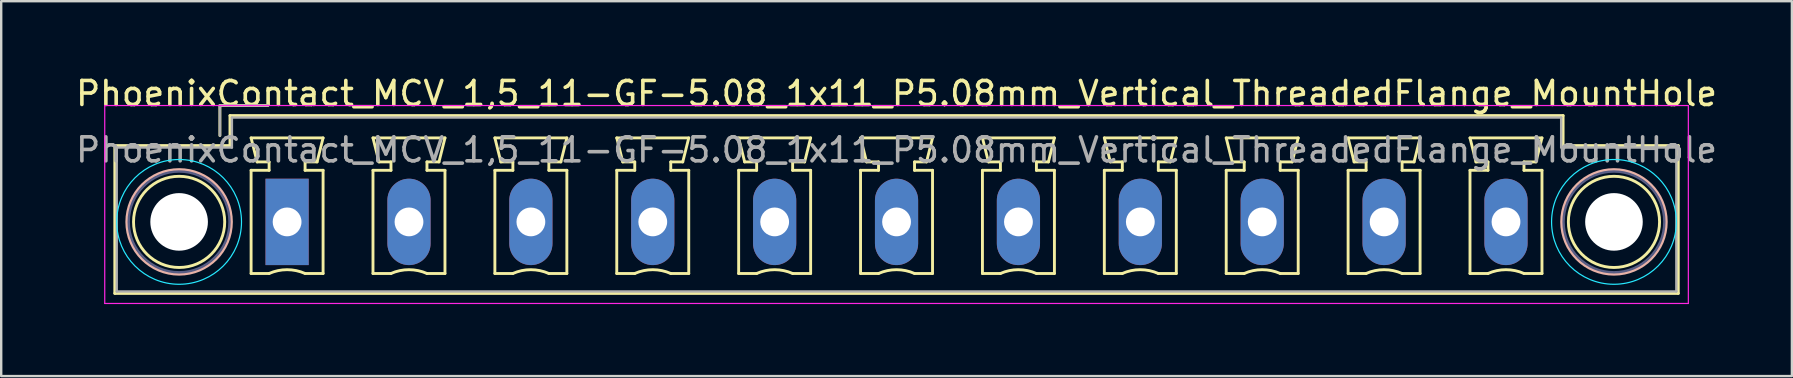
<source format=kicad_pcb>
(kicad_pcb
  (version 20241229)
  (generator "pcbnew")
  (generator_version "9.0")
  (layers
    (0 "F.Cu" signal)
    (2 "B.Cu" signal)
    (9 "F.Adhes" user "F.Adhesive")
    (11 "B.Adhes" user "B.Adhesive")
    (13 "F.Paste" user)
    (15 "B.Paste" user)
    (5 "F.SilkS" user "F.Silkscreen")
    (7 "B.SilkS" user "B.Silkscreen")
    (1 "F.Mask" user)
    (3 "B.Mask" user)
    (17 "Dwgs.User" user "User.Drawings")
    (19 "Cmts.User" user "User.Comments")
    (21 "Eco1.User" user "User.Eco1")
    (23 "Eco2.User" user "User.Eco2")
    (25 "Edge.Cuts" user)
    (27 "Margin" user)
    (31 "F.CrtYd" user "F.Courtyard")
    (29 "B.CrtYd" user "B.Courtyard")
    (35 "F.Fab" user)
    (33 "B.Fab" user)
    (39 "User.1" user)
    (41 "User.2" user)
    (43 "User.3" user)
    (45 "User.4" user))
  (footprint "PhoenixContact_MCV_1,5_11-GF-5.08_1x11_P5.08mm_Vertical_ThreadedFlange_MountHole"
    (layer "F.Cu")
    (at 8.915 6.198)
    (property "Reference" "PhoenixContact_MCV_1,5_11-GF-5.08_1x11_P5.08mm_Vertical_ThreadedFlange_MountHole" (at 25.4 -5.35 0) (layer "F.SilkS") (effects (font (size 1 1) (thickness 0.15))))
    (attr through_hole)
    (fp_line (start -7.18 -3.18) (end -7.18 2.98) (stroke (width 0.12) (type solid)) (layer "F.SilkS"))
    (fp_line (start -7.18 2.98) (end 57.98 2.98) (stroke (width 0.12) (type solid)) (layer "F.SilkS"))
    (fp_line (start -2.8 -4.85) (end -0.8 -4.85) (stroke (width 0.12) (type solid)) (layer "F.SilkS"))
    (fp_line (start -2.8 -3.6) (end -2.8 -4.85) (stroke (width 0.12) (type solid)) (layer "F.SilkS"))
    (fp_line (start -2.38 -4.43) (end -2.38 -3.18) (stroke (width 0.12) (type solid)) (layer "F.SilkS"))
    (fp_line (start -2.38 -3.18) (end -7.18 -3.18) (stroke (width 0.12) (type solid)) (layer "F.SilkS"))
    (fp_line (start -1.5 -3.5) (end 1.5 -3.5) (stroke (width 0.12) (type solid)) (layer "F.SilkS"))
    (fp_line (start -1.5 -2.15) (end -0.75 -2.15) (stroke (width 0.12) (type solid)) (layer "F.SilkS"))
    (fp_line (start -1.5 2.15) (end -1.5 -2.15) (stroke (width 0.12) (type solid)) (layer "F.SilkS"))
    (fp_line (start -1.25 -2.5) (end -1.5 -3.5) (stroke (width 0.12) (type solid)) (layer "F.SilkS"))
    (fp_line (start -0.75 -2.5) (end -1.25 -2.5) (stroke (width 0.12) (type solid)) (layer "F.SilkS"))
    (fp_line (start -0.75 -2.15) (end -0.75 -2.5) (stroke (width 0.12) (type solid)) (layer "F.SilkS"))
    (fp_line (start -0.75 2.15) (end -1.5 2.15) (stroke (width 0.12) (type solid)) (layer "F.SilkS"))
    (fp_line (start 0.75 -2.5) (end 0.75 -2.15) (stroke (width 0.12) (type solid)) (layer "F.SilkS"))
    (fp_line (start 0.75 -2.15) (end 1.5 -2.15) (stroke (width 0.12) (type solid)) (layer "F.SilkS"))
    (fp_line (start 1.25 -2.5) (end 0.75 -2.5) (stroke (width 0.12) (type solid)) (layer "F.SilkS"))
    (fp_line (start 1.5 -3.5) (end 1.25 -2.5) (stroke (width 0.12) (type solid)) (layer "F.SilkS"))
    (fp_line (start 1.5 -2.15) (end 1.5 2.15) (stroke (width 0.12) (type solid)) (layer "F.SilkS"))
    (fp_line (start 1.5 2.15) (end 0.75 2.15) (stroke (width 0.12) (type solid)) (layer "F.SilkS"))
    (fp_line (start 3.58 -3.5) (end 6.58 -3.5) (stroke (width 0.12) (type solid)) (layer "F.SilkS"))
    (fp_line (start 3.58 -2.15) (end 4.33 -2.15) (stroke (width 0.12) (type solid)) (layer "F.SilkS"))
    (fp_line (start 3.58 2.15) (end 3.58 -2.15) (stroke (width 0.12) (type solid)) (layer "F.SilkS"))
    (fp_line (start 3.83 -2.5) (end 3.58 -3.5) (stroke (width 0.12) (type solid)) (layer "F.SilkS"))
    (fp_line (start 4.33 -2.5) (end 3.83 -2.5) (stroke (width 0.12) (type solid)) (layer "F.SilkS"))
    (fp_line (start 4.33 -2.15) (end 4.33 -2.5) (stroke (width 0.12) (type solid)) (layer "F.SilkS"))
    (fp_line (start 4.33 2.15) (end 3.58 2.15) (stroke (width 0.12) (type solid)) (layer "F.SilkS"))
    (fp_line (start 5.83 -2.5) (end 5.83 -2.15) (stroke (width 0.12) (type solid)) (layer "F.SilkS"))
    (fp_line (start 5.83 -2.15) (end 6.58 -2.15) (stroke (width 0.12) (type solid)) (layer "F.SilkS"))
    (fp_line (start 6.33 -2.5) (end 5.83 -2.5) (stroke (width 0.12) (type solid)) (layer "F.SilkS"))
    (fp_line (start 6.58 -3.5) (end 6.33 -2.5) (stroke (width 0.12) (type solid)) (layer "F.SilkS"))
    (fp_line (start 6.58 -2.15) (end 6.58 2.15) (stroke (width 0.12) (type solid)) (layer "F.SilkS"))
    (fp_line (start 6.58 2.15) (end 5.83 2.15) (stroke (width 0.12) (type solid)) (layer "F.SilkS"))
    (fp_line (start 8.66 -3.5) (end 11.66 -3.5) (stroke (width 0.12) (type solid)) (layer "F.SilkS"))
    (fp_line (start 8.66 -2.15) (end 9.41 -2.15) (stroke (width 0.12) (type solid)) (layer "F.SilkS"))
    (fp_line (start 8.66 2.15) (end 8.66 -2.15) (stroke (width 0.12) (type solid)) (layer "F.SilkS"))
    (fp_line (start 8.91 -2.5) (end 8.66 -3.5) (stroke (width 0.12) (type solid)) (layer "F.SilkS"))
    (fp_line (start 9.41 -2.5) (end 8.91 -2.5) (stroke (width 0.12) (type solid)) (layer "F.SilkS"))
    (fp_line (start 9.41 -2.15) (end 9.41 -2.5) (stroke (width 0.12) (type solid)) (layer "F.SilkS"))
    (fp_line (start 9.41 2.15) (end 8.66 2.15) (stroke (width 0.12) (type solid)) (layer "F.SilkS"))
    (fp_line (start 10.91 -2.5) (end 10.91 -2.15) (stroke (width 0.12) (type solid)) (layer "F.SilkS"))
    (fp_line (start 10.91 -2.15) (end 11.66 -2.15) (stroke (width 0.12) (type solid)) (layer "F.SilkS"))
    (fp_line (start 11.41 -2.5) (end 10.91 -2.5) (stroke (width 0.12) (type solid)) (layer "F.SilkS"))
    (fp_line (start 11.66 -3.5) (end 11.41 -2.5) (stroke (width 0.12) (type solid)) (layer "F.SilkS"))
    (fp_line (start 11.66 -2.15) (end 11.66 2.15) (stroke (width 0.12) (type solid)) (layer "F.SilkS"))
    (fp_line (start 11.66 2.15) (end 10.91 2.15) (stroke (width 0.12) (type solid)) (layer "F.SilkS"))
    (fp_line (start 13.74 -3.5) (end 16.74 -3.5) (stroke (width 0.12) (type solid)) (layer "F.SilkS"))
    (fp_line (start 13.74 -2.15) (end 14.49 -2.15) (stroke (width 0.12) (type solid)) (layer "F.SilkS"))
    (fp_line (start 13.74 2.15) (end 13.74 -2.15) (stroke (width 0.12) (type solid)) (layer "F.SilkS"))
    (fp_line (start 13.99 -2.5) (end 13.74 -3.5) (stroke (width 0.12) (type solid)) (layer "F.SilkS"))
    (fp_line (start 14.49 -2.5) (end 13.99 -2.5) (stroke (width 0.12) (type solid)) (layer "F.SilkS"))
    (fp_line (start 14.49 -2.15) (end 14.49 -2.5) (stroke (width 0.12) (type solid)) (layer "F.SilkS"))
    (fp_line (start 14.49 2.15) (end 13.74 2.15) (stroke (width 0.12) (type solid)) (layer "F.SilkS"))
    (fp_line (start 15.99 -2.5) (end 15.99 -2.15) (stroke (width 0.12) (type solid)) (layer "F.SilkS"))
    (fp_line (start 15.99 -2.15) (end 16.74 -2.15) (stroke (width 0.12) (type solid)) (layer "F.SilkS"))
    (fp_line (start 16.49 -2.5) (end 15.99 -2.5) (stroke (width 0.12) (type solid)) (layer "F.SilkS"))
    (fp_line (start 16.74 -3.5) (end 16.49 -2.5) (stroke (width 0.12) (type solid)) (layer "F.SilkS"))
    (fp_line (start 16.74 -2.15) (end 16.74 2.15) (stroke (width 0.12) (type solid)) (layer "F.SilkS"))
    (fp_line (start 16.74 2.15) (end 15.99 2.15) (stroke (width 0.12) (type solid)) (layer "F.SilkS"))
    (fp_line (start 18.82 -3.5) (end 21.82 -3.5) (stroke (width 0.12) (type solid)) (layer "F.SilkS"))
    (fp_line (start 18.82 -2.15) (end 19.57 -2.15) (stroke (width 0.12) (type solid)) (layer "F.SilkS"))
    (fp_line (start 18.82 2.15) (end 18.82 -2.15) (stroke (width 0.12) (type solid)) (layer "F.SilkS"))
    (fp_line (start 19.07 -2.5) (end 18.82 -3.5) (stroke (width 0.12) (type solid)) (layer "F.SilkS"))
    (fp_line (start 19.57 -2.5) (end 19.07 -2.5) (stroke (width 0.12) (type solid)) (layer "F.SilkS"))
    (fp_line (start 19.57 -2.15) (end 19.57 -2.5) (stroke (width 0.12) (type solid)) (layer "F.SilkS"))
    (fp_line (start 19.57 2.15) (end 18.82 2.15) (stroke (width 0.12) (type solid)) (layer "F.SilkS"))
    (fp_line (start 21.07 -2.5) (end 21.07 -2.15) (stroke (width 0.12) (type solid)) (layer "F.SilkS"))
    (fp_line (start 21.07 -2.15) (end 21.82 -2.15) (stroke (width 0.12) (type solid)) (layer "F.SilkS"))
    (fp_line (start 21.57 -2.5) (end 21.07 -2.5) (stroke (width 0.12) (type solid)) (layer "F.SilkS"))
    (fp_line (start 21.82 -3.5) (end 21.57 -2.5) (stroke (width 0.12) (type solid)) (layer "F.SilkS"))
    (fp_line (start 21.82 -2.15) (end 21.82 2.15) (stroke (width 0.12) (type solid)) (layer "F.SilkS"))
    (fp_line (start 21.82 2.15) (end 21.07 2.15) (stroke (width 0.12) (type solid)) (layer "F.SilkS"))
    (fp_line (start 23.9 -3.5) (end 26.9 -3.5) (stroke (width 0.12) (type solid)) (layer "F.SilkS"))
    (fp_line (start 23.9 -2.15) (end 24.65 -2.15) (stroke (width 0.12) (type solid)) (layer "F.SilkS"))
    (fp_line (start 23.9 2.15) (end 23.9 -2.15) (stroke (width 0.12) (type solid)) (layer "F.SilkS"))
    (fp_line (start 24.15 -2.5) (end 23.9 -3.5) (stroke (width 0.12) (type solid)) (layer "F.SilkS"))
    (fp_line (start 24.65 -2.5) (end 24.15 -2.5) (stroke (width 0.12) (type solid)) (layer "F.SilkS"))
    (fp_line (start 24.65 -2.15) (end 24.65 -2.5) (stroke (width 0.12) (type solid)) (layer "F.SilkS"))
    (fp_line (start 24.65 2.15) (end 23.9 2.15) (stroke (width 0.12) (type solid)) (layer "F.SilkS"))
    (fp_line (start 26.15 -2.5) (end 26.15 -2.15) (stroke (width 0.12) (type solid)) (layer "F.SilkS"))
    (fp_line (start 26.15 -2.15) (end 26.9 -2.15) (stroke (width 0.12) (type solid)) (layer "F.SilkS"))
    (fp_line (start 26.65 -2.5) (end 26.15 -2.5) (stroke (width 0.12) (type solid)) (layer "F.SilkS"))
    (fp_line (start 26.9 -3.5) (end 26.65 -2.5) (stroke (width 0.12) (type solid)) (layer "F.SilkS"))
    (fp_line (start 26.9 -2.15) (end 26.9 2.15) (stroke (width 0.12) (type solid)) (layer "F.SilkS"))
    (fp_line (start 26.9 2.15) (end 26.15 2.15) (stroke (width 0.12) (type solid)) (layer "F.SilkS"))
    (fp_line (start 28.98 -3.5) (end 31.98 -3.5) (stroke (width 0.12) (type solid)) (layer "F.SilkS"))
    (fp_line (start 28.98 -2.15) (end 29.73 -2.15) (stroke (width 0.12) (type solid)) (layer "F.SilkS"))
    (fp_line (start 28.98 2.15) (end 28.98 -2.15) (stroke (width 0.12) (type solid)) (layer "F.SilkS"))
    (fp_line (start 29.23 -2.5) (end 28.98 -3.5) (stroke (width 0.12) (type solid)) (layer "F.SilkS"))
    (fp_line (start 29.73 -2.5) (end 29.23 -2.5) (stroke (width 0.12) (type solid)) (layer "F.SilkS"))
    (fp_line (start 29.73 -2.15) (end 29.73 -2.5) (stroke (width 0.12) (type solid)) (layer "F.SilkS"))
    (fp_line (start 29.73 2.15) (end 28.98 2.15) (stroke (width 0.12) (type solid)) (layer "F.SilkS"))
    (fp_line (start 31.23 -2.5) (end 31.23 -2.15) (stroke (width 0.12) (type solid)) (layer "F.SilkS"))
    (fp_line (start 31.23 -2.15) (end 31.98 -2.15) (stroke (width 0.12) (type solid)) (layer "F.SilkS"))
    (fp_line (start 31.73 -2.5) (end 31.23 -2.5) (stroke (width 0.12) (type solid)) (layer "F.SilkS"))
    (fp_line (start 31.98 -3.5) (end 31.73 -2.5) (stroke (width 0.12) (type solid)) (layer "F.SilkS"))
    (fp_line (start 31.98 -2.15) (end 31.98 2.15) (stroke (width 0.12) (type solid)) (layer "F.SilkS"))
    (fp_line (start 31.98 2.15) (end 31.23 2.15) (stroke (width 0.12) (type solid)) (layer "F.SilkS"))
    (fp_line (start 34.06 -3.5) (end 37.06 -3.5) (stroke (width 0.12) (type solid)) (layer "F.SilkS"))
    (fp_line (start 34.06 -2.15) (end 34.81 -2.15) (stroke (width 0.12) (type solid)) (layer "F.SilkS"))
    (fp_line (start 34.06 2.15) (end 34.06 -2.15) (stroke (width 0.12) (type solid)) (layer "F.SilkS"))
    (fp_line (start 34.31 -2.5) (end 34.06 -3.5) (stroke (width 0.12) (type solid)) (layer "F.SilkS"))
    (fp_line (start 34.81 -2.5) (end 34.31 -2.5) (stroke (width 0.12) (type solid)) (layer "F.SilkS"))
    (fp_line (start 34.81 -2.15) (end 34.81 -2.5) (stroke (width 0.12) (type solid)) (layer "F.SilkS"))
    (fp_line (start 34.81 2.15) (end 34.06 2.15) (stroke (width 0.12) (type solid)) (layer "F.SilkS"))
    (fp_line (start 36.31 -2.5) (end 36.31 -2.15) (stroke (width 0.12) (type solid)) (layer "F.SilkS"))
    (fp_line (start 36.31 -2.15) (end 37.06 -2.15) (stroke (width 0.12) (type solid)) (layer "F.SilkS"))
    (fp_line (start 36.81 -2.5) (end 36.31 -2.5) (stroke (width 0.12) (type solid)) (layer "F.SilkS"))
    (fp_line (start 37.06 -3.5) (end 36.81 -2.5) (stroke (width 0.12) (type solid)) (layer "F.SilkS"))
    (fp_line (start 37.06 -2.15) (end 37.06 2.15) (stroke (width 0.12) (type solid)) (layer "F.SilkS"))
    (fp_line (start 37.06 2.15) (end 36.31 2.15) (stroke (width 0.12) (type solid)) (layer "F.SilkS"))
    (fp_line (start 39.14 -3.5) (end 42.14 -3.5) (stroke (width 0.12) (type solid)) (layer "F.SilkS"))
    (fp_line (start 39.14 -2.15) (end 39.89 -2.15) (stroke (width 0.12) (type solid)) (layer "F.SilkS"))
    (fp_line (start 39.14 2.15) (end 39.14 -2.15) (stroke (width 0.12) (type solid)) (layer "F.SilkS"))
    (fp_line (start 39.39 -2.5) (end 39.14 -3.5) (stroke (width 0.12) (type solid)) (layer "F.SilkS"))
    (fp_line (start 39.89 -2.5) (end 39.39 -2.5) (stroke (width 0.12) (type solid)) (layer "F.SilkS"))
    (fp_line (start 39.89 -2.15) (end 39.89 -2.5) (stroke (width 0.12) (type solid)) (layer "F.SilkS"))
    (fp_line (start 39.89 2.15) (end 39.14 2.15) (stroke (width 0.12) (type solid)) (layer "F.SilkS"))
    (fp_line (start 41.39 -2.5) (end 41.39 -2.15) (stroke (width 0.12) (type solid)) (layer "F.SilkS"))
    (fp_line (start 41.39 -2.15) (end 42.14 -2.15) (stroke (width 0.12) (type solid)) (layer "F.SilkS"))
    (fp_line (start 41.89 -2.5) (end 41.39 -2.5) (stroke (width 0.12) (type solid)) (layer "F.SilkS"))
    (fp_line (start 42.14 -3.5) (end 41.89 -2.5) (stroke (width 0.12) (type solid)) (layer "F.SilkS"))
    (fp_line (start 42.14 -2.15) (end 42.14 2.15) (stroke (width 0.12) (type solid)) (layer "F.SilkS"))
    (fp_line (start 42.14 2.15) (end 41.39 2.15) (stroke (width 0.12) (type solid)) (layer "F.SilkS"))
    (fp_line (start 44.22 -3.5) (end 47.22 -3.5) (stroke (width 0.12) (type solid)) (layer "F.SilkS"))
    (fp_line (start 44.22 -2.15) (end 44.97 -2.15) (stroke (width 0.12) (type solid)) (layer "F.SilkS"))
    (fp_line (start 44.22 2.15) (end 44.22 -2.15) (stroke (width 0.12) (type solid)) (layer "F.SilkS"))
    (fp_line (start 44.47 -2.5) (end 44.22 -3.5) (stroke (width 0.12) (type solid)) (layer "F.SilkS"))
    (fp_line (start 44.97 -2.5) (end 44.47 -2.5) (stroke (width 0.12) (type solid)) (layer "F.SilkS"))
    (fp_line (start 44.97 -2.15) (end 44.97 -2.5) (stroke (width 0.12) (type solid)) (layer "F.SilkS"))
    (fp_line (start 44.97 2.15) (end 44.22 2.15) (stroke (width 0.12) (type solid)) (layer "F.SilkS"))
    (fp_line (start 46.47 -2.5) (end 46.47 -2.15) (stroke (width 0.12) (type solid)) (layer "F.SilkS"))
    (fp_line (start 46.47 -2.15) (end 47.22 -2.15) (stroke (width 0.12) (type solid)) (layer "F.SilkS"))
    (fp_line (start 46.97 -2.5) (end 46.47 -2.5) (stroke (width 0.12) (type solid)) (layer "F.SilkS"))
    (fp_line (start 47.22 -3.5) (end 46.97 -2.5) (stroke (width 0.12) (type solid)) (layer "F.SilkS"))
    (fp_line (start 47.22 -2.15) (end 47.22 2.15) (stroke (width 0.12) (type solid)) (layer "F.SilkS"))
    (fp_line (start 47.22 2.15) (end 46.47 2.15) (stroke (width 0.12) (type solid)) (layer "F.SilkS"))
    (fp_line (start 49.3 -3.5) (end 52.3 -3.5) (stroke (width 0.12) (type solid)) (layer "F.SilkS"))
    (fp_line (start 49.3 -2.15) (end 50.05 -2.15) (stroke (width 0.12) (type solid)) (layer "F.SilkS"))
    (fp_line (start 49.3 2.15) (end 49.3 -2.15) (stroke (width 0.12) (type solid)) (layer "F.SilkS"))
    (fp_line (start 49.55 -2.5) (end 49.3 -3.5) (stroke (width 0.12) (type solid)) (layer "F.SilkS"))
    (fp_line (start 50.05 -2.5) (end 49.55 -2.5) (stroke (width 0.12) (type solid)) (layer "F.SilkS"))
    (fp_line (start 50.05 -2.15) (end 50.05 -2.5) (stroke (width 0.12) (type solid)) (layer "F.SilkS"))
    (fp_line (start 50.05 2.15) (end 49.3 2.15) (stroke (width 0.12) (type solid)) (layer "F.SilkS"))
    (fp_line (start 51.55 -2.5) (end 51.55 -2.15) (stroke (width 0.12) (type solid)) (layer "F.SilkS"))
    (fp_line (start 51.55 -2.15) (end 52.3 -2.15) (stroke (width 0.12) (type solid)) (layer "F.SilkS"))
    (fp_line (start 52.05 -2.5) (end 51.55 -2.5) (stroke (width 0.12) (type solid)) (layer "F.SilkS"))
    (fp_line (start 52.3 -3.5) (end 52.05 -2.5) (stroke (width 0.12) (type solid)) (layer "F.SilkS"))
    (fp_line (start 52.3 -2.15) (end 52.3 2.15) (stroke (width 0.12) (type solid)) (layer "F.SilkS"))
    (fp_line (start 52.3 2.15) (end 51.55 2.15) (stroke (width 0.12) (type solid)) (layer "F.SilkS"))
    (fp_line (start 53.18 -4.43) (end -2.38 -4.43) (stroke (width 0.12) (type solid)) (layer "F.SilkS"))
    (fp_line (start 53.18 -3.18) (end 53.18 -4.43) (stroke (width 0.12) (type solid)) (layer "F.SilkS"))
    (fp_line (start 57.98 -3.18) (end 53.18 -3.18) (stroke (width 0.12) (type solid)) (layer "F.SilkS"))
    (fp_line (start 57.98 2.98) (end 57.98 -3.18) (stroke (width 0.12) (type solid)) (layer "F.SilkS"))
    (fp_arc (start -0.75 2.15) (mid -0.000193 1.99191) (end 0.749647 2.149844) (stroke (width 0.12) (type solid)) (layer "F.SilkS"))
    (fp_arc (start 4.33 2.15) (mid 5.079807 1.99191) (end 5.829647 2.149844) (stroke (width 0.12) (type solid)) (layer "F.SilkS"))
    (fp_arc (start 9.41 2.15) (mid 10.159807 1.99191) (end 10.909647 2.149844) (stroke (width 0.12) (type solid)) (layer "F.SilkS"))
    (fp_arc (start 14.49 2.15) (mid 15.239807 1.99191) (end 15.989647 2.149844) (stroke (width 0.12) (type solid)) (layer "F.SilkS"))
    (fp_arc (start 19.57 2.15) (mid 20.319807 1.99191) (end 21.069647 2.149844) (stroke (width 0.12) (type solid)) (layer "F.SilkS"))
    (fp_arc (start 24.65 2.15) (mid 25.399807 1.99191) (end 26.149647 2.149844) (stroke (width 0.12) (type solid)) (layer "F.SilkS"))
    (fp_arc (start 29.73 2.15) (mid 30.479807 1.99191) (end 31.229647 2.149844) (stroke (width 0.12) (type solid)) (layer "F.SilkS"))
    (fp_arc (start 34.81 2.15) (mid 35.559807 1.99191) (end 36.309647 2.149844) (stroke (width 0.12) (type solid)) (layer "F.SilkS"))
    (fp_arc (start 39.89 2.15) (mid 40.639807 1.99191) (end 41.389647 2.149844) (stroke (width 0.12) (type solid)) (layer "F.SilkS"))
    (fp_arc (start 44.97 2.15) (mid 45.719807 1.99191) (end 46.469647 2.149844) (stroke (width 0.12) (type solid)) (layer "F.SilkS"))
    (fp_arc (start 50.05 2.15) (mid 50.799807 1.99191) (end 51.549647 2.149844) (stroke (width 0.12) (type solid)) (layer "F.SilkS"))
    (fp_circle (center -4.5 0) (end -2.6 0) (stroke (width 0.12) (type solid)) (fill no) (layer "F.SilkS"))
    (fp_circle (center 55.3 0) (end 57.2 0) (stroke (width 0.12) (type solid)) (fill no) (layer "F.SilkS"))
    (fp_circle (center -4.5 0) (end -2.32 0) (stroke (width 0.12) (type solid)) (fill no) (layer "B.SilkS"))
    (fp_circle (center 55.3 0) (end 57.48 0) (stroke (width 0.12) (type solid)) (fill no) (layer "B.SilkS"))
    (fp_circle (center -4.5 0) (end -1.9 0) (stroke (width 0.05) (type solid)) (fill no) (layer "B.CrtYd"))
    (fp_circle (center 55.3 0) (end 57.9 0) (stroke (width 0.05) (type solid)) (fill no) (layer "B.CrtYd"))
    (fp_line (start -7.6 -4.85) (end -7.6 3.4) (stroke (width 0.05) (type solid)) (layer "F.CrtYd"))
    (fp_line (start -7.6 3.4) (end 58.4 3.4) (stroke (width 0.05) (type solid)) (layer "F.CrtYd"))
    (fp_line (start 58.4 -4.85) (end -7.6 -4.85) (stroke (width 0.05) (type solid)) (layer "F.CrtYd"))
    (fp_line (start 58.4 3.4) (end 58.4 -4.85) (stroke (width 0.05) (type solid)) (layer "F.CrtYd"))
    (fp_circle (center -4.5 0) (end -2.4 0) (stroke (width 0.1) (type solid)) (fill no) (layer "B.Fab"))
    (fp_circle (center 55.3 0) (end 57.4 0) (stroke (width 0.1) (type solid)) (fill no) (layer "B.Fab"))
    (fp_line (start -7.1 -3.1) (end -7.1 2.9) (stroke (width 0.1) (type solid)) (layer "F.Fab"))
    (fp_line (start -7.1 2.9) (end 57.9 2.9) (stroke (width 0.1) (type solid)) (layer "F.Fab"))
    (fp_line (start -2.8 -4.85) (end -0.8 -4.85) (stroke (width 0.1) (type solid)) (layer "F.Fab"))
    (fp_line (start -2.8 -3.6) (end -2.8 -4.85) (stroke (width 0.1) (type solid)) (layer "F.Fab"))
    (fp_line (start -2.3 -4.35) (end -2.3 -3.1) (stroke (width 0.1) (type solid)) (layer "F.Fab"))
    (fp_line (start -2.3 -3.1) (end -7.1 -3.1) (stroke (width 0.1) (type solid)) (layer "F.Fab"))
    (fp_line (start 53.1 -4.35) (end -2.3 -4.35) (stroke (width 0.1) (type solid)) (layer "F.Fab"))
    (fp_line (start 53.1 -3.1) (end 53.1 -4.35) (stroke (width 0.1) (type solid)) (layer "F.Fab"))
    (fp_line (start 57.9 -3.1) (end 53.1 -3.1) (stroke (width 0.1) (type solid)) (layer "F.Fab"))
    (fp_line (start 57.9 2.9) (end 57.9 -3.1) (stroke (width 0.1) (type solid)) (layer "F.Fab"))
    (fp_text user "${REFERENCE}" (at 25.4 -3 0) (layer "F.Fab") (effects (font (size 1 1) (thickness 0.15))))
    (pad "" np_thru_hole circle (at -4.5 0) (size 2.4 2.4) (drill 2.4) (layers "*.Cu" "*.Mask"))
    (pad "" np_thru_hole circle (at 55.3 0) (size 2.4 2.4) (drill 2.4) (layers "*.Cu" "*.Mask"))
    (pad "1" thru_hole rect (at 0 0) (size 1.8 3.6) (drill 1.2) (layers "*.Cu" "*.Mask"))
    (pad "2" thru_hole oval (at 5.08 0) (size 1.8 3.6) (drill 1.2) (layers "*.Cu" "*.Mask"))
    (pad "3" thru_hole oval (at 10.16 0) (size 1.8 3.6) (drill 1.2) (layers "*.Cu" "*.Mask"))
    (pad "4" thru_hole oval (at 15.24 0) (size 1.8 3.6) (drill 1.2) (layers "*.Cu" "*.Mask"))
    (pad "5" thru_hole oval (at 20.32 0) (size 1.8 3.6) (drill 1.2) (layers "*.Cu" "*.Mask"))
    (pad "6" thru_hole oval (at 25.4 0) (size 1.8 3.6) (drill 1.2) (layers "*.Cu" "*.Mask"))
    (pad "7" thru_hole oval (at 30.48 0) (size 1.8 3.6) (drill 1.2) (layers "*.Cu" "*.Mask"))
    (pad "8" thru_hole oval (at 35.56 0) (size 1.8 3.6) (drill 1.2) (layers "*.Cu" "*.Mask"))
    (pad "9" thru_hole oval (at 40.64 0) (size 1.8 3.6) (drill 1.2) (layers "*.Cu" "*.Mask"))
    (pad "10" thru_hole oval (at 45.72 0) (size 1.8 3.6) (drill 1.2) (layers "*.Cu" "*.Mask"))
    (pad "11" thru_hole oval (at 50.8 0) (size 1.8 3.6) (drill 1.2) (layers "*.Cu" "*.Mask")))
  (gr_rect
    (start -3 -3)
    (end 71.631 12.623)
    (stroke (width 0.1) (type default))
    (fill no)
    (layer "Edge.Cuts")))
</source>
